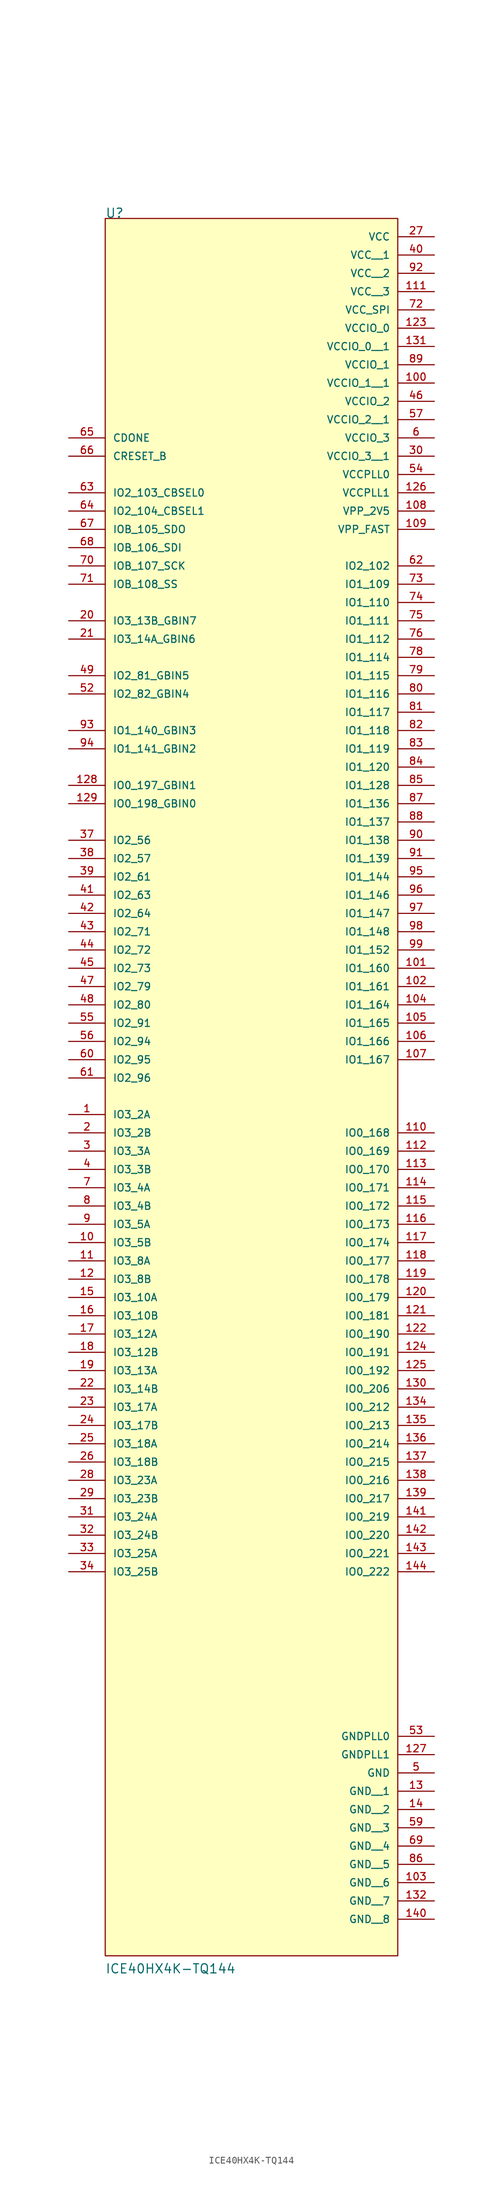
<source format=kicad_sym>
(kicad_symbol_lib
  (version 20211014)
  (generator kicad_symbol_editor)
  (symbol "ICE40HX4K-TQ144"
    (pin_names
      (offset 1.016))
    (property "Reference" "U"
      (at -20.32 101.6 0)
      (effects (font (size 1.27 1.27)) (justify bottom left)))
    (property "Value" "ICE40HX4K-TQ144"
      (at -20.32 -142.24 0)
      (effects (font (size 1.27 1.27)) (justify bottom left)))
    (symbol "ICE40HX4K-TQ144_0_0"
      (rectangle (start -20.32 -139.7) (end 20.32 101.6) (stroke (width 0.152)) (fill (type background)))
      (pin input line (at -25.4 71.12 0) (length 5.08) (name "CDONE" (effects (font (size 1.016 1.016)))) (number "65" (effects (font (size 1.016 1.016)))))
      (pin input line (at -25.4 68.58 0) (length 5.08) (name "CRESET_B" (effects (font (size 1.016 1.016)))) (number "66" (effects (font (size 1.016 1.016)))))
      (pin power_in line (at 25.4 -114.3 180.0) (length 5.08) (name "GND" (effects (font (size 1.016 1.016)))) (number "5" (effects (font (size 1.016 1.016)))))
      (pin power_in line (at 25.4 -109.22 180.0) (length 5.08) (name "GNDPLL0" (effects (font (size 1.016 1.016)))) (number "53" (effects (font (size 1.016 1.016)))))
      (pin power_in line (at 25.4 -111.76 180.0) (length 5.08) (name "GNDPLL1" (effects (font (size 1.016 1.016)))) (number "127" (effects (font (size 1.016 1.016)))))
      (pin bidirectional line (at 25.4 53.34 180.0) (length 5.08) (name "IO2_102" (effects (font (size 1.016 1.016)))) (number "62" (effects (font (size 1.016 1.016)))))
      (pin bidirectional line (at -25.4 63.5 0) (length 5.08) (name "IO2_103_CBSEL0" (effects (font (size 1.016 1.016)))) (number "63" (effects (font (size 1.016 1.016)))))
      (pin bidirectional line (at -25.4 60.96 0) (length 5.08) (name "IO2_104_CBSEL1" (effects (font (size 1.016 1.016)))) (number "64" (effects (font (size 1.016 1.016)))))
      (pin bidirectional line (at -25.4 58.42 0) (length 5.08) (name "IOB_105_SDO" (effects (font (size 1.016 1.016)))) (number "67" (effects (font (size 1.016 1.016)))))
      (pin bidirectional line (at -25.4 55.88 0) (length 5.08) (name "IOB_106_SDI" (effects (font (size 1.016 1.016)))) (number "68" (effects (font (size 1.016 1.016)))))
      (pin bidirectional line (at -25.4 53.34 0) (length 5.08) (name "IOB_107_SCK" (effects (font (size 1.016 1.016)))) (number "70" (effects (font (size 1.016 1.016)))))
      (pin bidirectional line (at -25.4 50.8 0) (length 5.08) (name "IOB_108_SS" (effects (font (size 1.016 1.016)))) (number "71" (effects (font (size 1.016 1.016)))))
      (pin bidirectional line (at -25.4 15.24 0) (length 5.08) (name "IO2_56" (effects (font (size 1.016 1.016)))) (number "37" (effects (font (size 1.016 1.016)))))
      (pin bidirectional line (at -25.4 12.7 0) (length 5.08) (name "IO2_57" (effects (font (size 1.016 1.016)))) (number "38" (effects (font (size 1.016 1.016)))))
      (pin bidirectional line (at -25.4 10.16 0) (length 5.08) (name "IO2_61" (effects (font (size 1.016 1.016)))) (number "39" (effects (font (size 1.016 1.016)))))
      (pin bidirectional line (at -25.4 7.62 0) (length 5.08) (name "IO2_63" (effects (font (size 1.016 1.016)))) (number "41" (effects (font (size 1.016 1.016)))))
      (pin bidirectional line (at -25.4 5.08 0) (length 5.08) (name "IO2_64" (effects (font (size 1.016 1.016)))) (number "42" (effects (font (size 1.016 1.016)))))
      (pin bidirectional line (at -25.4 2.54 0) (length 5.08) (name "IO2_71" (effects (font (size 1.016 1.016)))) (number "43" (effects (font (size 1.016 1.016)))))
      (pin bidirectional line (at -25.4 0.0 0) (length 5.08) (name "IO2_72" (effects (font (size 1.016 1.016)))) (number "44" (effects (font (size 1.016 1.016)))))
      (pin bidirectional line (at -25.4 -5.08 0) (length 5.08) (name "IO2_79" (effects (font (size 1.016 1.016)))) (number "47" (effects (font (size 1.016 1.016)))))
      (pin bidirectional line (at -25.4 -2.54 0) (length 5.08) (name "IO2_73" (effects (font (size 1.016 1.016)))) (number "45" (effects (font (size 1.016 1.016)))))
      (pin bidirectional line (at -25.4 -7.62 0) (length 5.08) (name "IO2_80" (effects (font (size 1.016 1.016)))) (number "48" (effects (font (size 1.016 1.016)))))
      (pin input line (at -25.4 38.1 0) (length 5.08) (name "IO2_81_GBIN5" (effects (font (size 1.016 1.016)))) (number "49" (effects (font (size 1.016 1.016)))))
      (pin input line (at -25.4 35.56 0) (length 5.08) (name "IO2_82_GBIN4" (effects (font (size 1.016 1.016)))) (number "52" (effects (font (size 1.016 1.016)))))
      (pin bidirectional line (at -25.4 -10.16 0) (length 5.08) (name "IO2_91" (effects (font (size 1.016 1.016)))) (number "55" (effects (font (size 1.016 1.016)))))
      (pin bidirectional line (at -25.4 -12.7 0) (length 5.08) (name "IO2_94" (effects (font (size 1.016 1.016)))) (number "56" (effects (font (size 1.016 1.016)))))
      (pin bidirectional line (at -25.4 -15.24 0) (length 5.08) (name "IO2_95" (effects (font (size 1.016 1.016)))) (number "60" (effects (font (size 1.016 1.016)))))
      (pin bidirectional line (at -25.4 -17.78 0) (length 5.08) (name "IO2_96" (effects (font (size 1.016 1.016)))) (number "61" (effects (font (size 1.016 1.016)))))
      (pin bidirectional line (at -25.4 -48.26 0) (length 5.08) (name "IO3_10A" (effects (font (size 1.016 1.016)))) (number "15" (effects (font (size 1.016 1.016)))))
      (pin bidirectional line (at -25.4 -50.8 0) (length 5.08) (name "IO3_10B" (effects (font (size 1.016 1.016)))) (number "16" (effects (font (size 1.016 1.016)))))
      (pin bidirectional line (at -25.4 -53.34 0) (length 5.08) (name "IO3_12A" (effects (font (size 1.016 1.016)))) (number "17" (effects (font (size 1.016 1.016)))))
      (pin bidirectional line (at -25.4 -55.88 0) (length 5.08) (name "IO3_12B" (effects (font (size 1.016 1.016)))) (number "18" (effects (font (size 1.016 1.016)))))
      (pin bidirectional line (at -25.4 -58.42 0) (length 5.08) (name "IO3_13A" (effects (font (size 1.016 1.016)))) (number "19" (effects (font (size 1.016 1.016)))))
      (pin input line (at -25.4 45.72 0) (length 5.08) (name "IO3_13B_GBIN7" (effects (font (size 1.016 1.016)))) (number "20" (effects (font (size 1.016 1.016)))))
      (pin input line (at -25.4 43.18 0) (length 5.08) (name "IO3_14A_GBIN6" (effects (font (size 1.016 1.016)))) (number "21" (effects (font (size 1.016 1.016)))))
      (pin bidirectional line (at -25.4 -60.96 0) (length 5.08) (name "IO3_14B" (effects (font (size 1.016 1.016)))) (number "22" (effects (font (size 1.016 1.016)))))
      (pin bidirectional line (at -25.4 -63.5 0) (length 5.08) (name "IO3_17A" (effects (font (size 1.016 1.016)))) (number "23" (effects (font (size 1.016 1.016)))))
      (pin bidirectional line (at -25.4 -66.04 0) (length 5.08) (name "IO3_17B" (effects (font (size 1.016 1.016)))) (number "24" (effects (font (size 1.016 1.016)))))
      (pin bidirectional line (at -25.4 -68.58 0) (length 5.08) (name "IO3_18A" (effects (font (size 1.016 1.016)))) (number "25" (effects (font (size 1.016 1.016)))))
      (pin bidirectional line (at -25.4 -71.12 0) (length 5.08) (name "IO3_18B" (effects (font (size 1.016 1.016)))) (number "26" (effects (font (size 1.016 1.016)))))
      (pin bidirectional line (at -25.4 -73.66 0) (length 5.08) (name "IO3_23A" (effects (font (size 1.016 1.016)))) (number "28" (effects (font (size 1.016 1.016)))))
      (pin bidirectional line (at -25.4 -76.2 0) (length 5.08) (name "IO3_23B" (effects (font (size 1.016 1.016)))) (number "29" (effects (font (size 1.016 1.016)))))
      (pin bidirectional line (at -25.4 -78.74 0) (length 5.08) (name "IO3_24A" (effects (font (size 1.016 1.016)))) (number "31" (effects (font (size 1.016 1.016)))))
      (pin bidirectional line (at -25.4 -81.28 0) (length 5.08) (name "IO3_24B" (effects (font (size 1.016 1.016)))) (number "32" (effects (font (size 1.016 1.016)))))
      (pin bidirectional line (at -25.4 -83.82 0) (length 5.08) (name "IO3_25A" (effects (font (size 1.016 1.016)))) (number "33" (effects (font (size 1.016 1.016)))))
      (pin bidirectional line (at -25.4 -86.36 0) (length 5.08) (name "IO3_25B" (effects (font (size 1.016 1.016)))) (number "34" (effects (font (size 1.016 1.016)))))
      (pin bidirectional line (at -25.4 -22.86 0) (length 5.08) (name "IO3_2A" (effects (font (size 1.016 1.016)))) (number "1" (effects (font (size 1.016 1.016)))))
      (pin bidirectional line (at -25.4 -25.4 0) (length 5.08) (name "IO3_2B" (effects (font (size 1.016 1.016)))) (number "2" (effects (font (size 1.016 1.016)))))
      (pin bidirectional line (at -25.4 -27.94 0) (length 5.08) (name "IO3_3A" (effects (font (size 1.016 1.016)))) (number "3" (effects (font (size 1.016 1.016)))))
      (pin bidirectional line (at -25.4 -30.48 0) (length 5.08) (name "IO3_3B" (effects (font (size 1.016 1.016)))) (number "4" (effects (font (size 1.016 1.016)))))
      (pin bidirectional line (at -25.4 -33.02 0) (length 5.08) (name "IO3_4A" (effects (font (size 1.016 1.016)))) (number "7" (effects (font (size 1.016 1.016)))))
      (pin bidirectional line (at -25.4 -35.56 0) (length 5.08) (name "IO3_4B" (effects (font (size 1.016 1.016)))) (number "8" (effects (font (size 1.016 1.016)))))
      (pin bidirectional line (at -25.4 -38.1 0) (length 5.08) (name "IO3_5A" (effects (font (size 1.016 1.016)))) (number "9" (effects (font (size 1.016 1.016)))))
      (pin bidirectional line (at -25.4 -40.64 0) (length 5.08) (name "IO3_5B" (effects (font (size 1.016 1.016)))) (number "10" (effects (font (size 1.016 1.016)))))
      (pin bidirectional line (at -25.4 -43.18 0) (length 5.08) (name "IO3_8A" (effects (font (size 1.016 1.016)))) (number "11" (effects (font (size 1.016 1.016)))))
      (pin bidirectional line (at -25.4 -45.72 0) (length 5.08) (name "IO3_8B" (effects (font (size 1.016 1.016)))) (number "12" (effects (font (size 1.016 1.016)))))
      (pin bidirectional line (at 25.4 50.8 180.0) (length 5.08) (name "IO1_109" (effects (font (size 1.016 1.016)))) (number "73" (effects (font (size 1.016 1.016)))))
      (pin bidirectional line (at 25.4 48.26 180.0) (length 5.08) (name "IO1_110" (effects (font (size 1.016 1.016)))) (number "74" (effects (font (size 1.016 1.016)))))
      (pin bidirectional line (at 25.4 45.72 180.0) (length 5.08) (name "IO1_111" (effects (font (size 1.016 1.016)))) (number "75" (effects (font (size 1.016 1.016)))))
      (pin bidirectional line (at 25.4 43.18 180.0) (length 5.08) (name "IO1_112" (effects (font (size 1.016 1.016)))) (number "76" (effects (font (size 1.016 1.016)))))
      (pin bidirectional line (at 25.4 40.64 180.0) (length 5.08) (name "IO1_114" (effects (font (size 1.016 1.016)))) (number "78" (effects (font (size 1.016 1.016)))))
      (pin bidirectional line (at 25.4 38.1 180.0) (length 5.08) (name "IO1_115" (effects (font (size 1.016 1.016)))) (number "79" (effects (font (size 1.016 1.016)))))
      (pin bidirectional line (at 25.4 35.56 180.0) (length 5.08) (name "IO1_116" (effects (font (size 1.016 1.016)))) (number "80" (effects (font (size 1.016 1.016)))))
      (pin bidirectional line (at 25.4 33.02 180.0) (length 5.08) (name "IO1_117" (effects (font (size 1.016 1.016)))) (number "81" (effects (font (size 1.016 1.016)))))
      (pin bidirectional line (at 25.4 30.48 180.0) (length 5.08) (name "IO1_118" (effects (font (size 1.016 1.016)))) (number "82" (effects (font (size 1.016 1.016)))))
      (pin bidirectional line (at 25.4 27.94 180.0) (length 5.08) (name "IO1_119" (effects (font (size 1.016 1.016)))) (number "83" (effects (font (size 1.016 1.016)))))
      (pin bidirectional line (at 25.4 25.4 180.0) (length 5.08) (name "IO1_120" (effects (font (size 1.016 1.016)))) (number "84" (effects (font (size 1.016 1.016)))))
      (pin bidirectional line (at 25.4 22.86 180.0) (length 5.08) (name "IO1_128" (effects (font (size 1.016 1.016)))) (number "85" (effects (font (size 1.016 1.016)))))
      (pin bidirectional line (at 25.4 20.32 180.0) (length 5.08) (name "IO1_136" (effects (font (size 1.016 1.016)))) (number "87" (effects (font (size 1.016 1.016)))))
      (pin bidirectional line (at 25.4 17.78 180.0) (length 5.08) (name "IO1_137" (effects (font (size 1.016 1.016)))) (number "88" (effects (font (size 1.016 1.016)))))
      (pin bidirectional line (at 25.4 15.24 180.0) (length 5.08) (name "IO1_138" (effects (font (size 1.016 1.016)))) (number "90" (effects (font (size 1.016 1.016)))))
      (pin bidirectional line (at 25.4 12.7 180.0) (length 5.08) (name "IO1_139" (effects (font (size 1.016 1.016)))) (number "91" (effects (font (size 1.016 1.016)))))
      (pin input line (at -25.4 30.48 0) (length 5.08) (name "IO1_140_GBIN3" (effects (font (size 1.016 1.016)))) (number "93" (effects (font (size 1.016 1.016)))))
      (pin input line (at -25.4 27.94 0) (length 5.08) (name "IO1_141_GBIN2" (effects (font (size 1.016 1.016)))) (number "94" (effects (font (size 1.016 1.016)))))
      (pin bidirectional line (at 25.4 10.16 180.0) (length 5.08) (name "IO1_144" (effects (font (size 1.016 1.016)))) (number "95" (effects (font (size 1.016 1.016)))))
      (pin bidirectional line (at 25.4 7.62 180.0) (length 5.08) (name "IO1_146" (effects (font (size 1.016 1.016)))) (number "96" (effects (font (size 1.016 1.016)))))
      (pin bidirectional line (at 25.4 5.08 180.0) (length 5.08) (name "IO1_147" (effects (font (size 1.016 1.016)))) (number "97" (effects (font (size 1.016 1.016)))))
      (pin bidirectional line (at 25.4 2.54 180.0) (length 5.08) (name "IO1_148" (effects (font (size 1.016 1.016)))) (number "98" (effects (font (size 1.016 1.016)))))
      (pin bidirectional line (at 25.4 0.0 180.0) (length 5.08) (name "IO1_152" (effects (font (size 1.016 1.016)))) (number "99" (effects (font (size 1.016 1.016)))))
      (pin bidirectional line (at 25.4 -2.54 180.0) (length 5.08) (name "IO1_160" (effects (font (size 1.016 1.016)))) (number "101" (effects (font (size 1.016 1.016)))))
      (pin bidirectional line (at 25.4 -5.08 180.0) (length 5.08) (name "IO1_161" (effects (font (size 1.016 1.016)))) (number "102" (effects (font (size 1.016 1.016)))))
      (pin bidirectional line (at 25.4 -7.62 180.0) (length 5.08) (name "IO1_164" (effects (font (size 1.016 1.016)))) (number "104" (effects (font (size 1.016 1.016)))))
      (pin bidirectional line (at 25.4 -10.16 180.0) (length 5.08) (name "IO1_165" (effects (font (size 1.016 1.016)))) (number "105" (effects (font (size 1.016 1.016)))))
      (pin bidirectional line (at 25.4 -12.7 180.0) (length 5.08) (name "IO1_166" (effects (font (size 1.016 1.016)))) (number "106" (effects (font (size 1.016 1.016)))))
      (pin bidirectional line (at 25.4 -15.24 180.0) (length 5.08) (name "IO1_167" (effects (font (size 1.016 1.016)))) (number "107" (effects (font (size 1.016 1.016)))))
      (pin bidirectional line (at 25.4 -25.4 180.0) (length 5.08) (name "IO0_168" (effects (font (size 1.016 1.016)))) (number "110" (effects (font (size 1.016 1.016)))))
      (pin bidirectional line (at 25.4 -27.94 180.0) (length 5.08) (name "IO0_169" (effects (font (size 1.016 1.016)))) (number "112" (effects (font (size 1.016 1.016)))))
      (pin bidirectional line (at 25.4 -30.48 180.0) (length 5.08) (name "IO0_170" (effects (font (size 1.016 1.016)))) (number "113" (effects (font (size 1.016 1.016)))))
      (pin bidirectional line (at 25.4 -33.02 180.0) (length 5.08) (name "IO0_171" (effects (font (size 1.016 1.016)))) (number "114" (effects (font (size 1.016 1.016)))))
      (pin bidirectional line (at 25.4 -35.56 180.0) (length 5.08) (name "IO0_172" (effects (font (size 1.016 1.016)))) (number "115" (effects (font (size 1.016 1.016)))))
      (pin bidirectional line (at 25.4 -38.1 180.0) (length 5.08) (name "IO0_173" (effects (font (size 1.016 1.016)))) (number "116" (effects (font (size 1.016 1.016)))))
      (pin bidirectional line (at 25.4 -40.64 180.0) (length 5.08) (name "IO0_174" (effects (font (size 1.016 1.016)))) (number "117" (effects (font (size 1.016 1.016)))))
      (pin bidirectional line (at 25.4 -43.18 180.0) (length 5.08) (name "IO0_177" (effects (font (size 1.016 1.016)))) (number "118" (effects (font (size 1.016 1.016)))))
      (pin bidirectional line (at 25.4 -45.72 180.0) (length 5.08) (name "IO0_178" (effects (font (size 1.016 1.016)))) (number "119" (effects (font (size 1.016 1.016)))))
      (pin bidirectional line (at 25.4 -48.26 180.0) (length 5.08) (name "IO0_179" (effects (font (size 1.016 1.016)))) (number "120" (effects (font (size 1.016 1.016)))))
      (pin bidirectional line (at 25.4 -50.8 180.0) (length 5.08) (name "IO0_181" (effects (font (size 1.016 1.016)))) (number "121" (effects (font (size 1.016 1.016)))))
      (pin bidirectional line (at 25.4 -53.34 180.0) (length 5.08) (name "IO0_190" (effects (font (size 1.016 1.016)))) (number "122" (effects (font (size 1.016 1.016)))))
      (pin bidirectional line (at 25.4 -55.88 180.0) (length 5.08) (name "IO0_191" (effects (font (size 1.016 1.016)))) (number "124" (effects (font (size 1.016 1.016)))))
      (pin bidirectional line (at 25.4 -58.42 180.0) (length 5.08) (name "IO0_192" (effects (font (size 1.016 1.016)))) (number "125" (effects (font (size 1.016 1.016)))))
      (pin input line (at -25.4 22.86 0) (length 5.08) (name "IO0_197_GBIN1" (effects (font (size 1.016 1.016)))) (number "128" (effects (font (size 1.016 1.016)))))
      (pin input line (at -25.4 20.32 0) (length 5.08) (name "IO0_198_GBIN0" (effects (font (size 1.016 1.016)))) (number "129" (effects (font (size 1.016 1.016)))))
      (pin bidirectional line (at 25.4 -60.96 180.0) (length 5.08) (name "IO0_206" (effects (font (size 1.016 1.016)))) (number "130" (effects (font (size 1.016 1.016)))))
      (pin bidirectional line (at 25.4 -63.5 180.0) (length 5.08) (name "IO0_212" (effects (font (size 1.016 1.016)))) (number "134" (effects (font (size 1.016 1.016)))))
      (pin bidirectional line (at 25.4 -66.04 180.0) (length 5.08) (name "IO0_213" (effects (font (size 1.016 1.016)))) (number "135" (effects (font (size 1.016 1.016)))))
      (pin bidirectional line (at 25.4 -68.58 180.0) (length 5.08) (name "IO0_214" (effects (font (size 1.016 1.016)))) (number "136" (effects (font (size 1.016 1.016)))))
      (pin bidirectional line (at 25.4 -71.12 180.0) (length 5.08) (name "IO0_215" (effects (font (size 1.016 1.016)))) (number "137" (effects (font (size 1.016 1.016)))))
      (pin bidirectional line (at 25.4 -73.66 180.0) (length 5.08) (name "IO0_216" (effects (font (size 1.016 1.016)))) (number "138" (effects (font (size 1.016 1.016)))))
      (pin bidirectional line (at 25.4 -76.2 180.0) (length 5.08) (name "IO0_217" (effects (font (size 1.016 1.016)))) (number "139" (effects (font (size 1.016 1.016)))))
      (pin bidirectional line (at 25.4 -78.74 180.0) (length 5.08) (name "IO0_219" (effects (font (size 1.016 1.016)))) (number "141" (effects (font (size 1.016 1.016)))))
      (pin bidirectional line (at 25.4 -81.28 180.0) (length 5.08) (name "IO0_220" (effects (font (size 1.016 1.016)))) (number "142" (effects (font (size 1.016 1.016)))))
      (pin bidirectional line (at 25.4 -83.82 180.0) (length 5.08) (name "IO0_221" (effects (font (size 1.016 1.016)))) (number "143" (effects (font (size 1.016 1.016)))))
      (pin bidirectional line (at 25.4 -86.36 180.0) (length 5.08) (name "IO0_222" (effects (font (size 1.016 1.016)))) (number "144" (effects (font (size 1.016 1.016)))))
      (pin power_in line (at 25.4 99.06 180.0) (length 5.08) (name "VCC" (effects (font (size 1.016 1.016)))) (number "27" (effects (font (size 1.016 1.016)))))
      (pin power_in line (at 25.4 88.9 180.0) (length 5.08) (name "VCC_SPI" (effects (font (size 1.016 1.016)))) (number "72" (effects (font (size 1.016 1.016)))))
      (pin power_in line (at 25.4 86.36 180.0) (length 5.08) (name "VCCIO_0" (effects (font (size 1.016 1.016)))) (number "123" (effects (font (size 1.016 1.016)))))
      (pin power_in line (at 25.4 81.28 180.0) (length 5.08) (name "VCCIO_1" (effects (font (size 1.016 1.016)))) (number "89" (effects (font (size 1.016 1.016)))))
      (pin power_in line (at 25.4 76.2 180.0) (length 5.08) (name "VCCIO_2" (effects (font (size 1.016 1.016)))) (number "46" (effects (font (size 1.016 1.016)))))
      (pin power_in line (at 25.4 71.12 180.0) (length 5.08) (name "VCCIO_3" (effects (font (size 1.016 1.016)))) (number "6" (effects (font (size 1.016 1.016)))))
      (pin power_in line (at 25.4 66.04 180.0) (length 5.08) (name "VCCPLL0" (effects (font (size 1.016 1.016)))) (number "54" (effects (font (size 1.016 1.016)))))
      (pin power_in line (at 25.4 63.5 180.0) (length 5.08) (name "VCCPLL1" (effects (font (size 1.016 1.016)))) (number "126" (effects (font (size 1.016 1.016)))))
      (pin power_in line (at 25.4 60.96 180.0) (length 5.08) (name "VPP_2V5" (effects (font (size 1.016 1.016)))) (number "108" (effects (font (size 1.016 1.016)))))
      (pin power_in line (at 25.4 58.42 180.0) (length 5.08) (name "VPP_FAST" (effects (font (size 1.016 1.016)))) (number "109" (effects (font (size 1.016 1.016)))))
      (pin power_in line (at 25.4 96.52 180.0) (length 5.08) (name "VCC__1" (effects (font (size 1.016 1.016)))) (number "40" (effects (font (size 1.016 1.016)))))
      (pin power_in line (at 25.4 93.98 180.0) (length 5.08) (name "VCC__2" (effects (font (size 1.016 1.016)))) (number "92" (effects (font (size 1.016 1.016)))))
      (pin power_in line (at 25.4 91.44 180.0) (length 5.08) (name "VCC__3" (effects (font (size 1.016 1.016)))) (number "111" (effects (font (size 1.016 1.016)))))
      (pin power_in line (at 25.4 83.82 180.0) (length 5.08) (name "VCCIO_0__1" (effects (font (size 1.016 1.016)))) (number "131" (effects (font (size 1.016 1.016)))))
      (pin power_in line (at 25.4 78.74 180.0) (length 5.08) (name "VCCIO_1__1" (effects (font (size 1.016 1.016)))) (number "100" (effects (font (size 1.016 1.016)))))
      (pin power_in line (at 25.4 73.66 180.0) (length 5.08) (name "VCCIO_2__1" (effects (font (size 1.016 1.016)))) (number "57" (effects (font (size 1.016 1.016)))))
      (pin power_in line (at 25.4 68.58 180.0) (length 5.08) (name "VCCIO_3__1" (effects (font (size 1.016 1.016)))) (number "30" (effects (font (size 1.016 1.016)))))
      (pin power_in line (at 25.4 -116.84 180.0) (length 5.08) (name "GND__1" (effects (font (size 1.016 1.016)))) (number "13" (effects (font (size 1.016 1.016)))))
      (pin power_in line (at 25.4 -119.38 180.0) (length 5.08) (name "GND__2" (effects (font (size 1.016 1.016)))) (number "14" (effects (font (size 1.016 1.016)))))
      (pin power_in line (at 25.4 -121.92 180.0) (length 5.08) (name "GND__3" (effects (font (size 1.016 1.016)))) (number "59" (effects (font (size 1.016 1.016)))))
      (pin power_in line (at 25.4 -124.46 180.0) (length 5.08) (name "GND__4" (effects (font (size 1.016 1.016)))) (number "69" (effects (font (size 1.016 1.016)))))
      (pin power_in line (at 25.4 -127.0 180.0) (length 5.08) (name "GND__5" (effects (font (size 1.016 1.016)))) (number "86" (effects (font (size 1.016 1.016)))))
      (pin power_in line (at 25.4 -129.54 180.0) (length 5.08) (name "GND__6" (effects (font (size 1.016 1.016)))) (number "103" (effects (font (size 1.016 1.016)))))
      (pin power_in line (at 25.4 -132.08 180.0) (length 5.08) (name "GND__7" (effects (font (size 1.016 1.016)))) (number "132" (effects (font (size 1.016 1.016)))))
      (pin power_in line (at 25.4 -134.62 180.0) (length 5.08) (name "GND__8" (effects (font (size 1.016 1.016)))) (number "140" (effects (font (size 1.016 1.016))))))))
</source>
